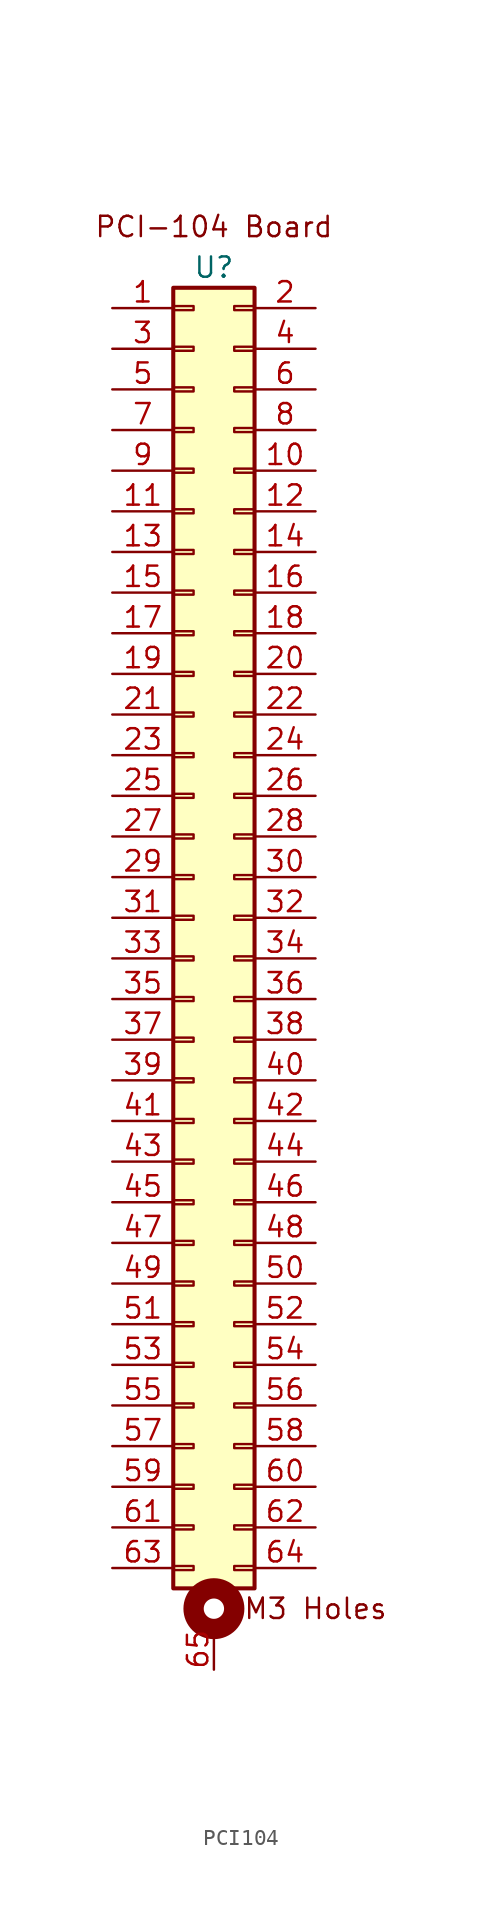
<source format=kicad_sym>
(kicad_symbol_lib
  (version 20220914)
  (generator kicad_symbol_editor)
  (symbol "PCI104"
    (pin_names hide)
    (property "Reference" "U"
      (at 0 0 0)
      (effects (font (size 1.27 1.27))))
    (property "Value" ""
      (at 0 0 0)
      (effects (font (size 1.27 1.27))))
    (symbol "PCI104_0_1"
      (circle (center 0 -83.82) (radius 1.27) (stroke (width 1.27) (type default)) (fill (type none))))
    (symbol "PCI104_1_1"
      (rectangle (start -2.54 -81.153) (end -1.27 -81.407) (stroke (width 0.152) (type default)) (fill (type none)))
      (rectangle (start -2.54 -78.613) (end -1.27 -78.867) (stroke (width 0.152) (type default)) (fill (type none)))
      (rectangle (start -2.54 -76.073) (end -1.27 -76.327) (stroke (width 0.152) (type default)) (fill (type none)))
      (rectangle (start -2.54 -73.533) (end -1.27 -73.787) (stroke (width 0.152) (type default)) (fill (type none)))
      (rectangle (start -2.54 -70.993) (end -1.27 -71.247) (stroke (width 0.152) (type default)) (fill (type none)))
      (rectangle (start -2.54 -68.453) (end -1.27 -68.707) (stroke (width 0.152) (type default)) (fill (type none)))
      (rectangle (start -2.54 -65.913) (end -1.27 -66.167) (stroke (width 0.152) (type default)) (fill (type none)))
      (rectangle (start -2.54 -63.373) (end -1.27 -63.627) (stroke (width 0.152) (type default)) (fill (type none)))
      (rectangle (start -2.54 -60.833) (end -1.27 -61.087) (stroke (width 0.152) (type default)) (fill (type none)))
      (rectangle (start -2.54 -58.293) (end -1.27 -58.547) (stroke (width 0.152) (type default)) (fill (type none)))
      (rectangle (start -2.54 -55.753) (end -1.27 -56.007) (stroke (width 0.152) (type default)) (fill (type none)))
      (rectangle (start -2.54 -53.213) (end -1.27 -53.467) (stroke (width 0.152) (type default)) (fill (type none)))
      (rectangle (start -2.54 -50.673) (end -1.27 -50.927) (stroke (width 0.152) (type default)) (fill (type none)))
      (rectangle (start -2.54 -48.133) (end -1.27 -48.387) (stroke (width 0.152) (type default)) (fill (type none)))
      (rectangle (start -2.54 -45.593) (end -1.27 -45.847) (stroke (width 0.152) (type default)) (fill (type none)))
      (rectangle (start -2.54 -43.053) (end -1.27 -43.307) (stroke (width 0.152) (type default)) (fill (type none)))
      (rectangle (start -2.54 -40.513) (end -1.27 -40.767) (stroke (width 0.152) (type default)) (fill (type none)))
      (rectangle (start -2.54 -37.973) (end -1.27 -38.227) (stroke (width 0.152) (type default)) (fill (type none)))
      (rectangle (start -2.54 -35.433) (end -1.27 -35.687) (stroke (width 0.152) (type default)) (fill (type none)))
      (rectangle (start -2.54 -32.893) (end -1.27 -33.147) (stroke (width 0.152) (type default)) (fill (type none)))
      (rectangle (start -2.54 -30.353) (end -1.27 -30.607) (stroke (width 0.152) (type default)) (fill (type none)))
      (rectangle (start -2.54 -27.813) (end -1.27 -28.067) (stroke (width 0.152) (type default)) (fill (type none)))
      (rectangle (start -2.54 -25.273) (end -1.27 -25.527) (stroke (width 0.152) (type default)) (fill (type none)))
      (rectangle (start -2.54 -22.733) (end -1.27 -22.987) (stroke (width 0.152) (type default)) (fill (type none)))
      (rectangle (start -2.54 -20.193) (end -1.27 -20.447) (stroke (width 0.152) (type default)) (fill (type none)))
      (rectangle (start -2.54 -17.653) (end -1.27 -17.907) (stroke (width 0.152) (type default)) (fill (type none)))
      (rectangle (start -2.54 -15.113) (end -1.27 -15.367) (stroke (width 0.152) (type default)) (fill (type none)))
      (rectangle (start -2.54 -12.573) (end -1.27 -12.827) (stroke (width 0.152) (type default)) (fill (type none)))
      (rectangle (start -2.54 -10.033) (end -1.27 -10.287) (stroke (width 0.152) (type default)) (fill (type none)))
      (rectangle (start -2.54 -7.493) (end -1.27 -7.747) (stroke (width 0.152) (type default)) (fill (type none)))
      (rectangle (start -2.54 -4.953) (end -1.27 -5.207) (stroke (width 0.152) (type default)) (fill (type none)))
      (rectangle (start -2.54 -2.413) (end -1.27 -2.667) (stroke (width 0.152) (type default)) (fill (type none)))
      (rectangle (start -2.54 -1.27) (end 2.54 -82.55) (stroke (width 0.254) (type default)) (fill (type background)))
      (rectangle (start 2.54 -81.153) (end 1.27 -81.407) (stroke (width 0.152) (type default)) (fill (type none)))
      (rectangle (start 2.54 -78.613) (end 1.27 -78.867) (stroke (width 0.152) (type default)) (fill (type none)))
      (rectangle (start 2.54 -76.073) (end 1.27 -76.327) (stroke (width 0.152) (type default)) (fill (type none)))
      (rectangle (start 2.54 -73.533) (end 1.27 -73.787) (stroke (width 0.152) (type default)) (fill (type none)))
      (rectangle (start 2.54 -70.993) (end 1.27 -71.247) (stroke (width 0.152) (type default)) (fill (type none)))
      (rectangle (start 2.54 -68.453) (end 1.27 -68.707) (stroke (width 0.152) (type default)) (fill (type none)))
      (rectangle (start 2.54 -65.913) (end 1.27 -66.167) (stroke (width 0.152) (type default)) (fill (type none)))
      (rectangle (start 2.54 -63.373) (end 1.27 -63.627) (stroke (width 0.152) (type default)) (fill (type none)))
      (rectangle (start 2.54 -60.833) (end 1.27 -61.087) (stroke (width 0.152) (type default)) (fill (type none)))
      (rectangle (start 2.54 -58.293) (end 1.27 -58.547) (stroke (width 0.152) (type default)) (fill (type none)))
      (rectangle (start 2.54 -55.753) (end 1.27 -56.007) (stroke (width 0.152) (type default)) (fill (type none)))
      (rectangle (start 2.54 -53.213) (end 1.27 -53.467) (stroke (width 0.152) (type default)) (fill (type none)))
      (rectangle (start 2.54 -50.673) (end 1.27 -50.927) (stroke (width 0.152) (type default)) (fill (type none)))
      (rectangle (start 2.54 -48.133) (end 1.27 -48.387) (stroke (width 0.152) (type default)) (fill (type none)))
      (rectangle (start 2.54 -45.593) (end 1.27 -45.847) (stroke (width 0.152) (type default)) (fill (type none)))
      (rectangle (start 2.54 -43.053) (end 1.27 -43.307) (stroke (width 0.152) (type default)) (fill (type none)))
      (rectangle (start 2.54 -40.513) (end 1.27 -40.767) (stroke (width 0.152) (type default)) (fill (type none)))
      (rectangle (start 2.54 -37.973) (end 1.27 -38.227) (stroke (width 0.152) (type default)) (fill (type none)))
      (rectangle (start 2.54 -35.433) (end 1.27 -35.687) (stroke (width 0.152) (type default)) (fill (type none)))
      (rectangle (start 2.54 -32.893) (end 1.27 -33.147) (stroke (width 0.152) (type default)) (fill (type none)))
      (rectangle (start 2.54 -30.353) (end 1.27 -30.607) (stroke (width 0.152) (type default)) (fill (type none)))
      (rectangle (start 2.54 -27.813) (end 1.27 -28.067) (stroke (width 0.152) (type default)) (fill (type none)))
      (rectangle (start 2.54 -25.273) (end 1.27 -25.527) (stroke (width 0.152) (type default)) (fill (type none)))
      (rectangle (start 2.54 -22.733) (end 1.27 -22.987) (stroke (width 0.152) (type default)) (fill (type none)))
      (rectangle (start 2.54 -20.193) (end 1.27 -20.447) (stroke (width 0.152) (type default)) (fill (type none)))
      (rectangle (start 2.54 -17.653) (end 1.27 -17.907) (stroke (width 0.152) (type default)) (fill (type none)))
      (rectangle (start 2.54 -15.113) (end 1.27 -15.367) (stroke (width 0.152) (type default)) (fill (type none)))
      (rectangle (start 2.54 -12.573) (end 1.27 -12.827) (stroke (width 0.152) (type default)) (fill (type none)))
      (rectangle (start 2.54 -10.033) (end 1.27 -10.287) (stroke (width 0.152) (type default)) (fill (type none)))
      (rectangle (start 2.54 -7.493) (end 1.27 -7.747) (stroke (width 0.152) (type default)) (fill (type none)))
      (rectangle (start 2.54 -4.953) (end 1.27 -5.207) (stroke (width 0.152) (type default)) (fill (type none)))
      (rectangle (start 2.54 -2.413) (end 1.27 -2.667) (stroke (width 0.152) (type default)) (fill (type none)))
      (text "M3 Holes" (at 6.35 -83.82 0) (effects (font (size 1.27 1.27))))
      (text "PCI-104 Board" (at 0 2.54 0) (effects (font (size 1.27 1.27))))
      (pin passive line (at -6.35 -2.54 0) (length 3.81) (name "Pin_1" (effects (font (size 1.27 1.27)))) (number "1" (effects (font (size 1.27 1.27)))))
      (pin passive line (at 6.35 -12.7 180) (length 3.81) (name "Pin_10" (effects (font (size 1.27 1.27)))) (number "10" (effects (font (size 1.27 1.27)))))
      (pin passive line (at -6.35 -15.24 0) (length 3.81) (name "Pin_11" (effects (font (size 1.27 1.27)))) (number "11" (effects (font (size 1.27 1.27)))))
      (pin passive line (at 6.35 -15.24 180) (length 3.81) (name "Pin_12" (effects (font (size 1.27 1.27)))) (number "12" (effects (font (size 1.27 1.27)))))
      (pin passive line (at -6.35 -17.78 0) (length 3.81) (name "Pin_13" (effects (font (size 1.27 1.27)))) (number "13" (effects (font (size 1.27 1.27)))))
      (pin passive line (at 6.35 -17.78 180) (length 3.81) (name "Pin_14" (effects (font (size 1.27 1.27)))) (number "14" (effects (font (size 1.27 1.27)))))
      (pin passive line (at -6.35 -20.32 0) (length 3.81) (name "Pin_15" (effects (font (size 1.27 1.27)))) (number "15" (effects (font (size 1.27 1.27)))))
      (pin passive line (at 6.35 -20.32 180) (length 3.81) (name "Pin_16" (effects (font (size 1.27 1.27)))) (number "16" (effects (font (size 1.27 1.27)))))
      (pin passive line (at -6.35 -22.86 0) (length 3.81) (name "Pin_17" (effects (font (size 1.27 1.27)))) (number "17" (effects (font (size 1.27 1.27)))))
      (pin passive line (at 6.35 -22.86 180) (length 3.81) (name "Pin_18" (effects (font (size 1.27 1.27)))) (number "18" (effects (font (size 1.27 1.27)))))
      (pin passive line (at -6.35 -25.4 0) (length 3.81) (name "Pin_19" (effects (font (size 1.27 1.27)))) (number "19" (effects (font (size 1.27 1.27)))))
      (pin passive line (at 6.35 -2.54 180) (length 3.81) (name "Pin_2" (effects (font (size 1.27 1.27)))) (number "2" (effects (font (size 1.27 1.27)))))
      (pin passive line (at 6.35 -25.4 180) (length 3.81) (name "Pin_20" (effects (font (size 1.27 1.27)))) (number "20" (effects (font (size 1.27 1.27)))))
      (pin passive line (at -6.35 -27.94 0) (length 3.81) (name "Pin_21" (effects (font (size 1.27 1.27)))) (number "21" (effects (font (size 1.27 1.27)))))
      (pin passive line (at 6.35 -27.94 180) (length 3.81) (name "Pin_22" (effects (font (size 1.27 1.27)))) (number "22" (effects (font (size 1.27 1.27)))))
      (pin passive line (at -6.35 -30.48 0) (length 3.81) (name "Pin_23" (effects (font (size 1.27 1.27)))) (number "23" (effects (font (size 1.27 1.27)))))
      (pin passive line (at 6.35 -30.48 180) (length 3.81) (name "Pin_24" (effects (font (size 1.27 1.27)))) (number "24" (effects (font (size 1.27 1.27)))))
      (pin passive line (at -6.35 -33.02 0) (length 3.81) (name "Pin_25" (effects (font (size 1.27 1.27)))) (number "25" (effects (font (size 1.27 1.27)))))
      (pin passive line (at 6.35 -33.02 180) (length 3.81) (name "Pin_26" (effects (font (size 1.27 1.27)))) (number "26" (effects (font (size 1.27 1.27)))))
      (pin passive line (at -6.35 -35.56 0) (length 3.81) (name "Pin_27" (effects (font (size 1.27 1.27)))) (number "27" (effects (font (size 1.27 1.27)))))
      (pin passive line (at 6.35 -35.56 180) (length 3.81) (name "Pin_28" (effects (font (size 1.27 1.27)))) (number "28" (effects (font (size 1.27 1.27)))))
      (pin passive line (at -6.35 -38.1 0) (length 3.81) (name "Pin_29" (effects (font (size 1.27 1.27)))) (number "29" (effects (font (size 1.27 1.27)))))
      (pin passive line (at -6.35 -5.08 0) (length 3.81) (name "Pin_3" (effects (font (size 1.27 1.27)))) (number "3" (effects (font (size 1.27 1.27)))))
      (pin passive line (at 6.35 -38.1 180) (length 3.81) (name "Pin_30" (effects (font (size 1.27 1.27)))) (number "30" (effects (font (size 1.27 1.27)))))
      (pin passive line (at -6.35 -40.64 0) (length 3.81) (name "Pin_31" (effects (font (size 1.27 1.27)))) (number "31" (effects (font (size 1.27 1.27)))))
      (pin passive line (at 6.35 -40.64 180) (length 3.81) (name "Pin_32" (effects (font (size 1.27 1.27)))) (number "32" (effects (font (size 1.27 1.27)))))
      (pin passive line (at -6.35 -43.18 0) (length 3.81) (name "Pin_33" (effects (font (size 1.27 1.27)))) (number "33" (effects (font (size 1.27 1.27)))))
      (pin passive line (at 6.35 -43.18 180) (length 3.81) (name "Pin_34" (effects (font (size 1.27 1.27)))) (number "34" (effects (font (size 1.27 1.27)))))
      (pin passive line (at -6.35 -45.72 0) (length 3.81) (name "Pin_35" (effects (font (size 1.27 1.27)))) (number "35" (effects (font (size 1.27 1.27)))))
      (pin passive line (at 6.35 -45.72 180) (length 3.81) (name "Pin_36" (effects (font (size 1.27 1.27)))) (number "36" (effects (font (size 1.27 1.27)))))
      (pin passive line (at -6.35 -48.26 0) (length 3.81) (name "Pin_37" (effects (font (size 1.27 1.27)))) (number "37" (effects (font (size 1.27 1.27)))))
      (pin passive line (at 6.35 -48.26 180) (length 3.81) (name "Pin_38" (effects (font (size 1.27 1.27)))) (number "38" (effects (font (size 1.27 1.27)))))
      (pin passive line (at -6.35 -50.8 0) (length 3.81) (name "Pin_39" (effects (font (size 1.27 1.27)))) (number "39" (effects (font (size 1.27 1.27)))))
      (pin passive line (at 6.35 -5.08 180) (length 3.81) (name "Pin_4" (effects (font (size 1.27 1.27)))) (number "4" (effects (font (size 1.27 1.27)))))
      (pin passive line (at 6.35 -50.8 180) (length 3.81) (name "Pin_40" (effects (font (size 1.27 1.27)))) (number "40" (effects (font (size 1.27 1.27)))))
      (pin passive line (at -6.35 -53.34 0) (length 3.81) (name "Pin_41" (effects (font (size 1.27 1.27)))) (number "41" (effects (font (size 1.27 1.27)))))
      (pin passive line (at 6.35 -53.34 180) (length 3.81) (name "Pin_42" (effects (font (size 1.27 1.27)))) (number "42" (effects (font (size 1.27 1.27)))))
      (pin passive line (at -6.35 -55.88 0) (length 3.81) (name "Pin_43" (effects (font (size 1.27 1.27)))) (number "43" (effects (font (size 1.27 1.27)))))
      (pin passive line (at 6.35 -55.88 180) (length 3.81) (name "Pin_44" (effects (font (size 1.27 1.27)))) (number "44" (effects (font (size 1.27 1.27)))))
      (pin passive line (at -6.35 -58.42 0) (length 3.81) (name "Pin_45" (effects (font (size 1.27 1.27)))) (number "45" (effects (font (size 1.27 1.27)))))
      (pin passive line (at 6.35 -58.42 180) (length 3.81) (name "Pin_46" (effects (font (size 1.27 1.27)))) (number "46" (effects (font (size 1.27 1.27)))))
      (pin passive line (at -6.35 -60.96 0) (length 3.81) (name "Pin_47" (effects (font (size 1.27 1.27)))) (number "47" (effects (font (size 1.27 1.27)))))
      (pin passive line (at 6.35 -60.96 180) (length 3.81) (name "Pin_48" (effects (font (size 1.27 1.27)))) (number "48" (effects (font (size 1.27 1.27)))))
      (pin passive line (at -6.35 -63.5 0) (length 3.81) (name "Pin_49" (effects (font (size 1.27 1.27)))) (number "49" (effects (font (size 1.27 1.27)))))
      (pin passive line (at -6.35 -7.62 0) (length 3.81) (name "Pin_5" (effects (font (size 1.27 1.27)))) (number "5" (effects (font (size 1.27 1.27)))))
      (pin passive line (at 6.35 -63.5 180) (length 3.81) (name "Pin_50" (effects (font (size 1.27 1.27)))) (number "50" (effects (font (size 1.27 1.27)))))
      (pin passive line (at -6.35 -66.04 0) (length 3.81) (name "Pin_51" (effects (font (size 1.27 1.27)))) (number "51" (effects (font (size 1.27 1.27)))))
      (pin passive line (at 6.35 -66.04 180) (length 3.81) (name "Pin_52" (effects (font (size 1.27 1.27)))) (number "52" (effects (font (size 1.27 1.27)))))
      (pin passive line (at -6.35 -68.58 0) (length 3.81) (name "Pin_53" (effects (font (size 1.27 1.27)))) (number "53" (effects (font (size 1.27 1.27)))))
      (pin passive line (at 6.35 -68.58 180) (length 3.81) (name "Pin_54" (effects (font (size 1.27 1.27)))) (number "54" (effects (font (size 1.27 1.27)))))
      (pin passive line (at -6.35 -71.12 0) (length 3.81) (name "Pin_55" (effects (font (size 1.27 1.27)))) (number "55" (effects (font (size 1.27 1.27)))))
      (pin passive line (at 6.35 -71.12 180) (length 3.81) (name "Pin_56" (effects (font (size 1.27 1.27)))) (number "56" (effects (font (size 1.27 1.27)))))
      (pin passive line (at -6.35 -73.66 0) (length 3.81) (name "Pin_57" (effects (font (size 1.27 1.27)))) (number "57" (effects (font (size 1.27 1.27)))))
      (pin passive line (at 6.35 -73.66 180) (length 3.81) (name "Pin_58" (effects (font (size 1.27 1.27)))) (number "58" (effects (font (size 1.27 1.27)))))
      (pin passive line (at -6.35 -76.2 0) (length 3.81) (name "Pin_59" (effects (font (size 1.27 1.27)))) (number "59" (effects (font (size 1.27 1.27)))))
      (pin passive line (at 6.35 -7.62 180) (length 3.81) (name "Pin_6" (effects (font (size 1.27 1.27)))) (number "6" (effects (font (size 1.27 1.27)))))
      (pin passive line (at 6.35 -76.2 180) (length 3.81) (name "Pin_60" (effects (font (size 1.27 1.27)))) (number "60" (effects (font (size 1.27 1.27)))))
      (pin passive line (at -6.35 -78.74 0) (length 3.81) (name "Pin_61" (effects (font (size 1.27 1.27)))) (number "61" (effects (font (size 1.27 1.27)))))
      (pin passive line (at 6.35 -78.74 180) (length 3.81) (name "Pin_62" (effects (font (size 1.27 1.27)))) (number "62" (effects (font (size 1.27 1.27)))))
      (pin passive line (at -6.35 -81.28 0) (length 3.81) (name "Pin_63" (effects (font (size 1.27 1.27)))) (number "63" (effects (font (size 1.27 1.27)))))
      (pin passive line (at 6.35 -81.28 180) (length 3.81) (name "Pin_64" (effects (font (size 1.27 1.27)))) (number "64" (effects (font (size 1.27 1.27)))))
      (pin passive line (at 0 -87.63 90) (length 2.54) (name "Holes" (effects (font (size 1.27 1.27)))) (number "65" (effects (font (size 1.27 1.27)))))
      (pin passive line (at -6.35 -10.16 0) (length 3.81) (name "Pin_7" (effects (font (size 1.27 1.27)))) (number "7" (effects (font (size 1.27 1.27)))))
      (pin passive line (at 6.35 -10.16 180) (length 3.81) (name "Pin_8" (effects (font (size 1.27 1.27)))) (number "8" (effects (font (size 1.27 1.27)))))
      (pin passive line (at -6.35 -12.7 0) (length 3.81) (name "Pin_9" (effects (font (size 1.27 1.27)))) (number "9" (effects (font (size 1.27 1.27))))))))
</source>
